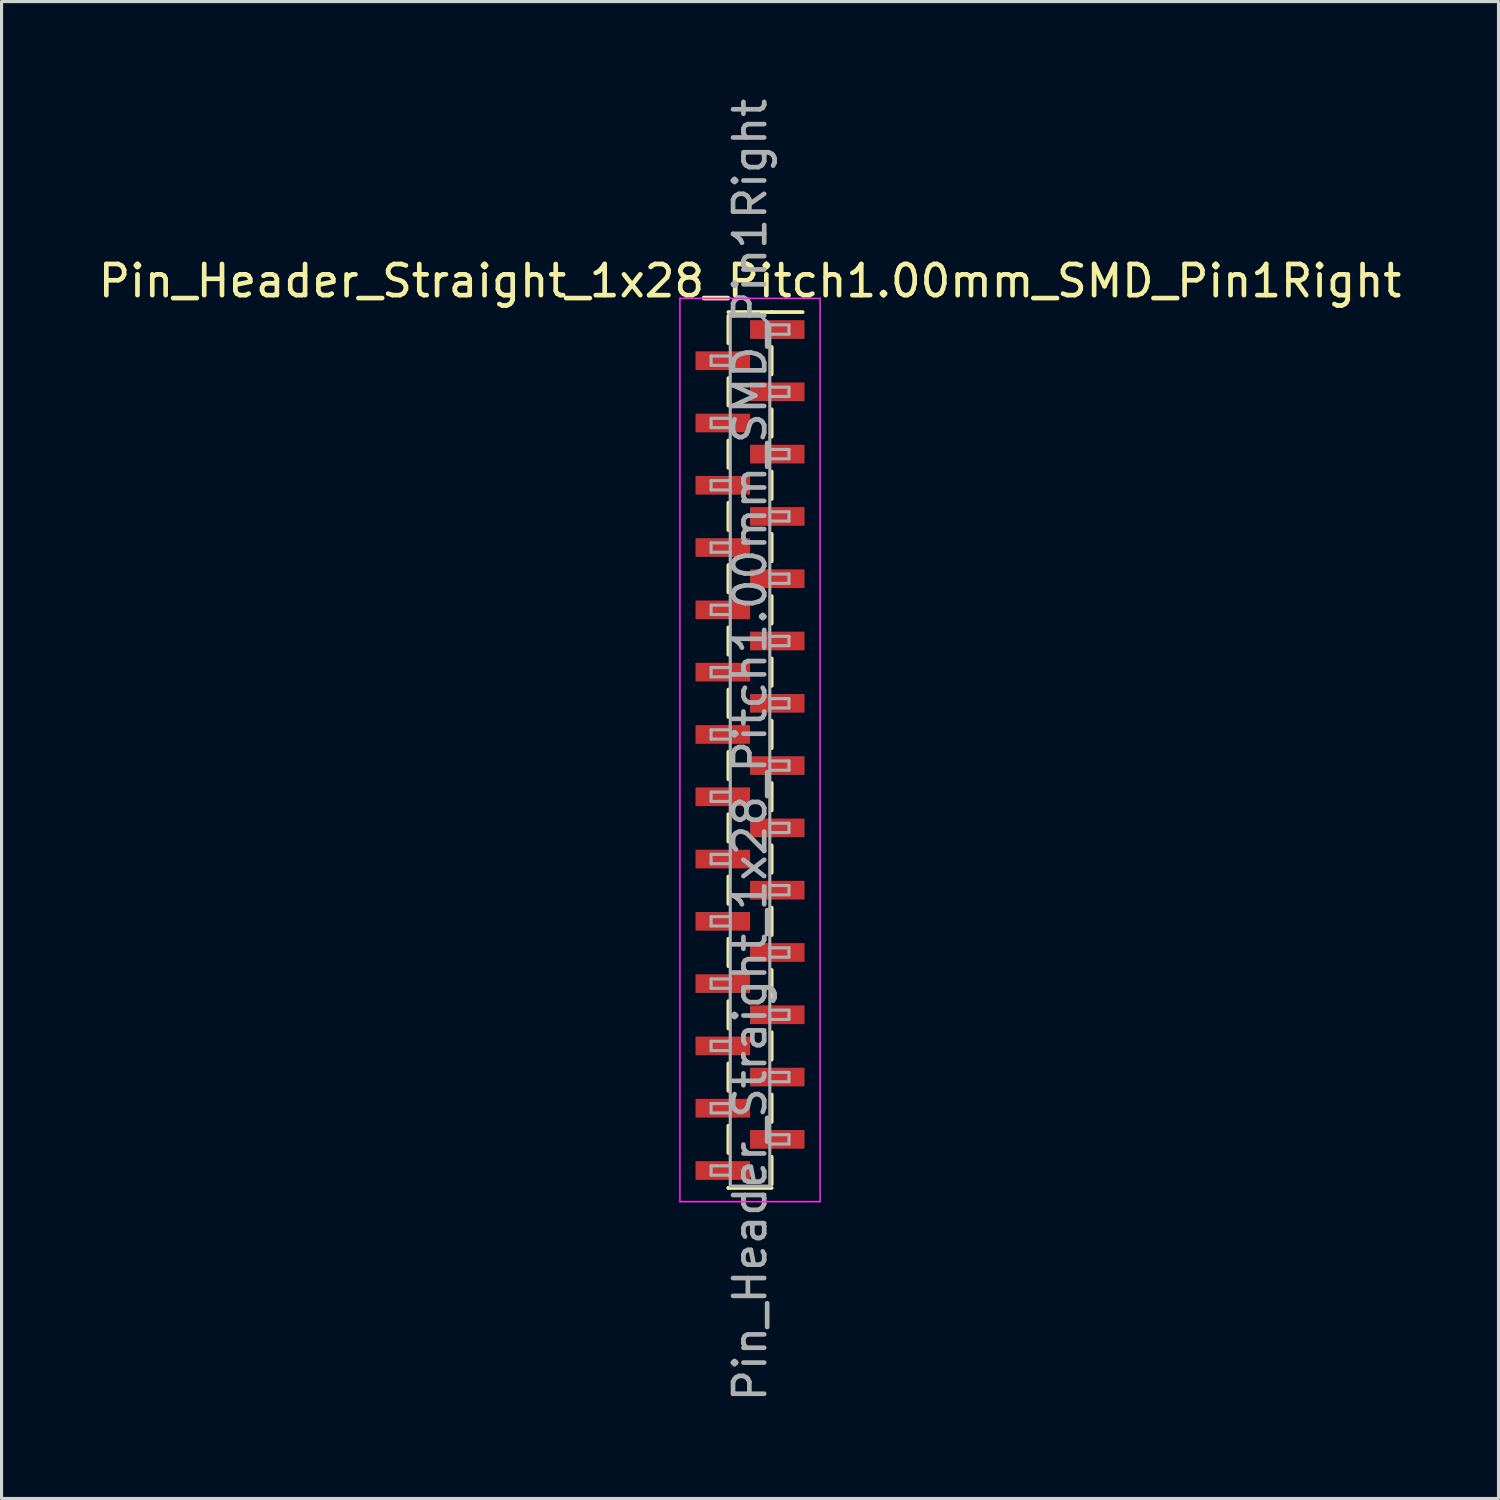
<source format=kicad_pcb>
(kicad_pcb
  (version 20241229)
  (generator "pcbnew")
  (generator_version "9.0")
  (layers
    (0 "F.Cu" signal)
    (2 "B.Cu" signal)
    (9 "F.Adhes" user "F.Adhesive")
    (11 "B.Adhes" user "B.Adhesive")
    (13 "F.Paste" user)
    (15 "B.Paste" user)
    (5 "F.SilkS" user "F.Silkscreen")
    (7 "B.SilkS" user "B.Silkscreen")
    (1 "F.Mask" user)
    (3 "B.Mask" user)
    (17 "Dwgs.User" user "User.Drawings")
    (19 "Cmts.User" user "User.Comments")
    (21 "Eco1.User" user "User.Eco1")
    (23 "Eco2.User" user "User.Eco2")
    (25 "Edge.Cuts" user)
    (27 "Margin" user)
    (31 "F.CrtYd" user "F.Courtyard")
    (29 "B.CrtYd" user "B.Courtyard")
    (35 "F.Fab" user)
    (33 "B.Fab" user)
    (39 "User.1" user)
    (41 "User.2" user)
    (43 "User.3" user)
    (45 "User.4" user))
  (footprint "Pin_Header_Straight_1x28_Pitch1.00mm_SMD_Pin1Right"
    (layer "F.Cu")
    (at 21.03 21.03)
    (property "Reference" "Pin_Header_Straight_1x28_Pitch1.00mm_SMD_Pin1Right" (at 0 -15.06 0) (layer "F.SilkS") (effects (font (size 1 1) (thickness 0.15))))
    (attr smd)
    (fp_line (start -0.695 -14.06) (end 0.695 -14.06) (stroke (width 0.12) (type solid)) (layer "F.SilkS"))
    (fp_line (start -0.695 -13.94) (end -0.695 -13.06) (stroke (width 0.12) (type solid)) (layer "F.SilkS"))
    (fp_line (start -0.695 -11.94) (end -0.695 -11.06) (stroke (width 0.12) (type solid)) (layer "F.SilkS"))
    (fp_line (start -0.695 -9.94) (end -0.695 -9.06) (stroke (width 0.12) (type solid)) (layer "F.SilkS"))
    (fp_line (start -0.695 -7.94) (end -0.695 -7.06) (stroke (width 0.12) (type solid)) (layer "F.SilkS"))
    (fp_line (start -0.695 -5.94) (end -0.695 -5.06) (stroke (width 0.12) (type solid)) (layer "F.SilkS"))
    (fp_line (start -0.695 -3.94) (end -0.695 -3.06) (stroke (width 0.12) (type solid)) (layer "F.SilkS"))
    (fp_line (start -0.695 -1.94) (end -0.695 -1.06) (stroke (width 0.12) (type solid)) (layer "F.SilkS"))
    (fp_line (start -0.695 0.06) (end -0.695 0.94) (stroke (width 0.12) (type solid)) (layer "F.SilkS"))
    (fp_line (start -0.695 2.06) (end -0.695 2.94) (stroke (width 0.12) (type solid)) (layer "F.SilkS"))
    (fp_line (start -0.695 4.06) (end -0.695 4.94) (stroke (width 0.12) (type solid)) (layer "F.SilkS"))
    (fp_line (start -0.695 6.06) (end -0.695 6.94) (stroke (width 0.12) (type solid)) (layer "F.SilkS"))
    (fp_line (start -0.695 8.06) (end -0.695 8.94) (stroke (width 0.12) (type solid)) (layer "F.SilkS"))
    (fp_line (start -0.695 10.06) (end -0.695 10.94) (stroke (width 0.12) (type solid)) (layer "F.SilkS"))
    (fp_line (start -0.695 12.06) (end -0.695 12.94) (stroke (width 0.12) (type solid)) (layer "F.SilkS"))
    (fp_line (start -0.695 14.06) (end -0.695 14.06) (stroke (width 0.12) (type solid)) (layer "F.SilkS"))
    (fp_line (start -0.695 14.06) (end 0.695 14.06) (stroke (width 0.12) (type solid)) (layer "F.SilkS"))
    (fp_line (start 0.695 -14.06) (end 0.695 -14.06) (stroke (width 0.12) (type solid)) (layer "F.SilkS"))
    (fp_line (start 0.695 -14.06) (end 1.69 -14.06) (stroke (width 0.12) (type solid)) (layer "F.SilkS"))
    (fp_line (start 0.695 -12.94) (end 0.695 -12.06) (stroke (width 0.12) (type solid)) (layer "F.SilkS"))
    (fp_line (start 0.695 -10.94) (end 0.695 -10.06) (stroke (width 0.12) (type solid)) (layer "F.SilkS"))
    (fp_line (start 0.695 -8.94) (end 0.695 -8.06) (stroke (width 0.12) (type solid)) (layer "F.SilkS"))
    (fp_line (start 0.695 -6.94) (end 0.695 -6.06) (stroke (width 0.12) (type solid)) (layer "F.SilkS"))
    (fp_line (start 0.695 -4.94) (end 0.695 -4.06) (stroke (width 0.12) (type solid)) (layer "F.SilkS"))
    (fp_line (start 0.695 -2.94) (end 0.695 -2.06) (stroke (width 0.12) (type solid)) (layer "F.SilkS"))
    (fp_line (start 0.695 -0.94) (end 0.695 -0.06) (stroke (width 0.12) (type solid)) (layer "F.SilkS"))
    (fp_line (start 0.695 1.06) (end 0.695 1.94) (stroke (width 0.12) (type solid)) (layer "F.SilkS"))
    (fp_line (start 0.695 3.06) (end 0.695 3.94) (stroke (width 0.12) (type solid)) (layer "F.SilkS"))
    (fp_line (start 0.695 5.06) (end 0.695 5.94) (stroke (width 0.12) (type solid)) (layer "F.SilkS"))
    (fp_line (start 0.695 7.06) (end 0.695 7.94) (stroke (width 0.12) (type solid)) (layer "F.SilkS"))
    (fp_line (start 0.695 9.06) (end 0.695 9.94) (stroke (width 0.12) (type solid)) (layer "F.SilkS"))
    (fp_line (start 0.695 11.06) (end 0.695 11.94) (stroke (width 0.12) (type solid)) (layer "F.SilkS"))
    (fp_line (start 0.695 13.06) (end 0.695 13.94) (stroke (width 0.12) (type solid)) (layer "F.SilkS"))
    (fp_line (start -2.25 -14.5) (end -2.25 14.5) (stroke (width 0.05) (type solid)) (layer "F.CrtYd"))
    (fp_line (start -2.25 14.5) (end 2.25 14.5) (stroke (width 0.05) (type solid)) (layer "F.CrtYd"))
    (fp_line (start 2.25 -14.5) (end -2.25 -14.5) (stroke (width 0.05) (type solid)) (layer "F.CrtYd"))
    (fp_line (start 2.25 14.5) (end 2.25 -14.5) (stroke (width 0.05) (type solid)) (layer "F.CrtYd"))
    (fp_line (start -1.25 -12.65) (end -1.25 -12.35) (stroke (width 0.1) (type solid)) (layer "F.Fab"))
    (fp_line (start -1.25 -12.35) (end -0.635 -12.35) (stroke (width 0.1) (type solid)) (layer "F.Fab"))
    (fp_line (start -1.25 -10.65) (end -1.25 -10.35) (stroke (width 0.1) (type solid)) (layer "F.Fab"))
    (fp_line (start -1.25 -10.35) (end -0.635 -10.35) (stroke (width 0.1) (type solid)) (layer "F.Fab"))
    (fp_line (start -1.25 -8.65) (end -1.25 -8.35) (stroke (width 0.1) (type solid)) (layer "F.Fab"))
    (fp_line (start -1.25 -8.35) (end -0.635 -8.35) (stroke (width 0.1) (type solid)) (layer "F.Fab"))
    (fp_line (start -1.25 -6.65) (end -1.25 -6.35) (stroke (width 0.1) (type solid)) (layer "F.Fab"))
    (fp_line (start -1.25 -6.35) (end -0.635 -6.35) (stroke (width 0.1) (type solid)) (layer "F.Fab"))
    (fp_line (start -1.25 -4.65) (end -1.25 -4.35) (stroke (width 0.1) (type solid)) (layer "F.Fab"))
    (fp_line (start -1.25 -4.35) (end -0.635 -4.35) (stroke (width 0.1) (type solid)) (layer "F.Fab"))
    (fp_line (start -1.25 -2.65) (end -1.25 -2.35) (stroke (width 0.1) (type solid)) (layer "F.Fab"))
    (fp_line (start -1.25 -2.35) (end -0.635 -2.35) (stroke (width 0.1) (type solid)) (layer "F.Fab"))
    (fp_line (start -1.25 -0.65) (end -1.25 -0.35) (stroke (width 0.1) (type solid)) (layer "F.Fab"))
    (fp_line (start -1.25 -0.35) (end -0.635 -0.35) (stroke (width 0.1) (type solid)) (layer "F.Fab"))
    (fp_line (start -1.25 1.35) (end -1.25 1.65) (stroke (width 0.1) (type solid)) (layer "F.Fab"))
    (fp_line (start -1.25 1.65) (end -0.635 1.65) (stroke (width 0.1) (type solid)) (layer "F.Fab"))
    (fp_line (start -1.25 3.35) (end -1.25 3.65) (stroke (width 0.1) (type solid)) (layer "F.Fab"))
    (fp_line (start -1.25 3.65) (end -0.635 3.65) (stroke (width 0.1) (type solid)) (layer "F.Fab"))
    (fp_line (start -1.25 5.35) (end -1.25 5.65) (stroke (width 0.1) (type solid)) (layer "F.Fab"))
    (fp_line (start -1.25 5.65) (end -0.635 5.65) (stroke (width 0.1) (type solid)) (layer "F.Fab"))
    (fp_line (start -1.25 7.35) (end -1.25 7.65) (stroke (width 0.1) (type solid)) (layer "F.Fab"))
    (fp_line (start -1.25 7.65) (end -0.635 7.65) (stroke (width 0.1) (type solid)) (layer "F.Fab"))
    (fp_line (start -1.25 9.35) (end -1.25 9.65) (stroke (width 0.1) (type solid)) (layer "F.Fab"))
    (fp_line (start -1.25 9.65) (end -0.635 9.65) (stroke (width 0.1) (type solid)) (layer "F.Fab"))
    (fp_line (start -1.25 11.35) (end -1.25 11.65) (stroke (width 0.1) (type solid)) (layer "F.Fab"))
    (fp_line (start -1.25 11.65) (end -0.635 11.65) (stroke (width 0.1) (type solid)) (layer "F.Fab"))
    (fp_line (start -1.25 13.35) (end -1.25 13.65) (stroke (width 0.1) (type solid)) (layer "F.Fab"))
    (fp_line (start -1.25 13.65) (end -0.635 13.65) (stroke (width 0.1) (type solid)) (layer "F.Fab"))
    (fp_line (start -0.635 -14) (end -0.635 14) (stroke (width 0.1) (type solid)) (layer "F.Fab"))
    (fp_line (start -0.635 -14) (end 0.285 -14) (stroke (width 0.1) (type solid)) (layer "F.Fab"))
    (fp_line (start -0.635 -12.65) (end -1.25 -12.65) (stroke (width 0.1) (type solid)) (layer "F.Fab"))
    (fp_line (start -0.635 -10.65) (end -1.25 -10.65) (stroke (width 0.1) (type solid)) (layer "F.Fab"))
    (fp_line (start -0.635 -8.65) (end -1.25 -8.65) (stroke (width 0.1) (type solid)) (layer "F.Fab"))
    (fp_line (start -0.635 -6.65) (end -1.25 -6.65) (stroke (width 0.1) (type solid)) (layer "F.Fab"))
    (fp_line (start -0.635 -4.65) (end -1.25 -4.65) (stroke (width 0.1) (type solid)) (layer "F.Fab"))
    (fp_line (start -0.635 -2.65) (end -1.25 -2.65) (stroke (width 0.1) (type solid)) (layer "F.Fab"))
    (fp_line (start -0.635 -0.65) (end -1.25 -0.65) (stroke (width 0.1) (type solid)) (layer "F.Fab"))
    (fp_line (start -0.635 1.35) (end -1.25 1.35) (stroke (width 0.1) (type solid)) (layer "F.Fab"))
    (fp_line (start -0.635 3.35) (end -1.25 3.35) (stroke (width 0.1) (type solid)) (layer "F.Fab"))
    (fp_line (start -0.635 5.35) (end -1.25 5.35) (stroke (width 0.1) (type solid)) (layer "F.Fab"))
    (fp_line (start -0.635 7.35) (end -1.25 7.35) (stroke (width 0.1) (type solid)) (layer "F.Fab"))
    (fp_line (start -0.635 9.35) (end -1.25 9.35) (stroke (width 0.1) (type solid)) (layer "F.Fab"))
    (fp_line (start -0.635 11.35) (end -1.25 11.35) (stroke (width 0.1) (type solid)) (layer "F.Fab"))
    (fp_line (start -0.635 13.35) (end -1.25 13.35) (stroke (width 0.1) (type solid)) (layer "F.Fab"))
    (fp_line (start 0.635 -13.65) (end 0.285 -14) (stroke (width 0.1) (type solid)) (layer "F.Fab"))
    (fp_line (start 0.635 -13.65) (end 1.25 -13.65) (stroke (width 0.1) (type solid)) (layer "F.Fab"))
    (fp_line (start 0.635 -11.65) (end 1.25 -11.65) (stroke (width 0.1) (type solid)) (layer "F.Fab"))
    (fp_line (start 0.635 -9.65) (end 1.25 -9.65) (stroke (width 0.1) (type solid)) (layer "F.Fab"))
    (fp_line (start 0.635 -7.65) (end 1.25 -7.65) (stroke (width 0.1) (type solid)) (layer "F.Fab"))
    (fp_line (start 0.635 -5.65) (end 1.25 -5.65) (stroke (width 0.1) (type solid)) (layer "F.Fab"))
    (fp_line (start 0.635 -3.65) (end 1.25 -3.65) (stroke (width 0.1) (type solid)) (layer "F.Fab"))
    (fp_line (start 0.635 -1.65) (end 1.25 -1.65) (stroke (width 0.1) (type solid)) (layer "F.Fab"))
    (fp_line (start 0.635 0.35) (end 1.25 0.35) (stroke (width 0.1) (type solid)) (layer "F.Fab"))
    (fp_line (start 0.635 2.35) (end 1.25 2.35) (stroke (width 0.1) (type solid)) (layer "F.Fab"))
    (fp_line (start 0.635 4.35) (end 1.25 4.35) (stroke (width 0.1) (type solid)) (layer "F.Fab"))
    (fp_line (start 0.635 6.35) (end 1.25 6.35) (stroke (width 0.1) (type solid)) (layer "F.Fab"))
    (fp_line (start 0.635 8.35) (end 1.25 8.35) (stroke (width 0.1) (type solid)) (layer "F.Fab"))
    (fp_line (start 0.635 10.35) (end 1.25 10.35) (stroke (width 0.1) (type solid)) (layer "F.Fab"))
    (fp_line (start 0.635 12.35) (end 1.25 12.35) (stroke (width 0.1) (type solid)) (layer "F.Fab"))
    (fp_line (start 0.635 14) (end -0.635 14) (stroke (width 0.1) (type solid)) (layer "F.Fab"))
    (fp_line (start 0.635 14) (end 0.635 -13.65) (stroke (width 0.1) (type solid)) (layer "F.Fab"))
    (fp_line (start 1.25 -13.65) (end 1.25 -13.35) (stroke (width 0.1) (type solid)) (layer "F.Fab"))
    (fp_line (start 1.25 -13.35) (end 0.635 -13.35) (stroke (width 0.1) (type solid)) (layer "F.Fab"))
    (fp_line (start 1.25 -11.65) (end 1.25 -11.35) (stroke (width 0.1) (type solid)) (layer "F.Fab"))
    (fp_line (start 1.25 -11.35) (end 0.635 -11.35) (stroke (width 0.1) (type solid)) (layer "F.Fab"))
    (fp_line (start 1.25 -9.65) (end 1.25 -9.35) (stroke (width 0.1) (type solid)) (layer "F.Fab"))
    (fp_line (start 1.25 -9.35) (end 0.635 -9.35) (stroke (width 0.1) (type solid)) (layer "F.Fab"))
    (fp_line (start 1.25 -7.65) (end 1.25 -7.35) (stroke (width 0.1) (type solid)) (layer "F.Fab"))
    (fp_line (start 1.25 -7.35) (end 0.635 -7.35) (stroke (width 0.1) (type solid)) (layer "F.Fab"))
    (fp_line (start 1.25 -5.65) (end 1.25 -5.35) (stroke (width 0.1) (type solid)) (layer "F.Fab"))
    (fp_line (start 1.25 -5.35) (end 0.635 -5.35) (stroke (width 0.1) (type solid)) (layer "F.Fab"))
    (fp_line (start 1.25 -3.65) (end 1.25 -3.35) (stroke (width 0.1) (type solid)) (layer "F.Fab"))
    (fp_line (start 1.25 -3.35) (end 0.635 -3.35) (stroke (width 0.1) (type solid)) (layer "F.Fab"))
    (fp_line (start 1.25 -1.65) (end 1.25 -1.35) (stroke (width 0.1) (type solid)) (layer "F.Fab"))
    (fp_line (start 1.25 -1.35) (end 0.635 -1.35) (stroke (width 0.1) (type solid)) (layer "F.Fab"))
    (fp_line (start 1.25 0.35) (end 1.25 0.65) (stroke (width 0.1) (type solid)) (layer "F.Fab"))
    (fp_line (start 1.25 0.65) (end 0.635 0.65) (stroke (width 0.1) (type solid)) (layer "F.Fab"))
    (fp_line (start 1.25 2.35) (end 1.25 2.65) (stroke (width 0.1) (type solid)) (layer "F.Fab"))
    (fp_line (start 1.25 2.65) (end 0.635 2.65) (stroke (width 0.1) (type solid)) (layer "F.Fab"))
    (fp_line (start 1.25 4.35) (end 1.25 4.65) (stroke (width 0.1) (type solid)) (layer "F.Fab"))
    (fp_line (start 1.25 4.65) (end 0.635 4.65) (stroke (width 0.1) (type solid)) (layer "F.Fab"))
    (fp_line (start 1.25 6.35) (end 1.25 6.65) (stroke (width 0.1) (type solid)) (layer "F.Fab"))
    (fp_line (start 1.25 6.65) (end 0.635 6.65) (stroke (width 0.1) (type solid)) (layer "F.Fab"))
    (fp_line (start 1.25 8.35) (end 1.25 8.65) (stroke (width 0.1) (type solid)) (layer "F.Fab"))
    (fp_line (start 1.25 8.65) (end 0.635 8.65) (stroke (width 0.1) (type solid)) (layer "F.Fab"))
    (fp_line (start 1.25 10.35) (end 1.25 10.65) (stroke (width 0.1) (type solid)) (layer "F.Fab"))
    (fp_line (start 1.25 10.65) (end 0.635 10.65) (stroke (width 0.1) (type solid)) (layer "F.Fab"))
    (fp_line (start 1.25 12.35) (end 1.25 12.65) (stroke (width 0.1) (type solid)) (layer "F.Fab"))
    (fp_line (start 1.25 12.65) (end 0.635 12.65) (stroke (width 0.1) (type solid)) (layer "F.Fab"))
    (fp_text user "${REFERENCE}" (at 0 0 90) (layer "F.Fab") (effects (font (size 1 1) (thickness 0.15))))
    (pad "1" smd rect (at 0.875 -13.5) (size 1.75 0.6) (layers "F.Cu" "F.Mask" "F.Paste"))
    (pad "2" smd rect (at -0.875 -12.5) (size 1.75 0.6) (layers "F.Cu" "F.Mask" "F.Paste"))
    (pad "3" smd rect (at 0.875 -11.5) (size 1.75 0.6) (layers "F.Cu" "F.Mask" "F.Paste"))
    (pad "4" smd rect (at -0.875 -10.5) (size 1.75 0.6) (layers "F.Cu" "F.Mask" "F.Paste"))
    (pad "5" smd rect (at 0.875 -9.5) (size 1.75 0.6) (layers "F.Cu" "F.Mask" "F.Paste"))
    (pad "6" smd rect (at -0.875 -8.5) (size 1.75 0.6) (layers "F.Cu" "F.Mask" "F.Paste"))
    (pad "7" smd rect (at 0.875 -7.5) (size 1.75 0.6) (layers "F.Cu" "F.Mask" "F.Paste"))
    (pad "8" smd rect (at -0.875 -6.5) (size 1.75 0.6) (layers "F.Cu" "F.Mask" "F.Paste"))
    (pad "9" smd rect (at 0.875 -5.5) (size 1.75 0.6) (layers "F.Cu" "F.Mask" "F.Paste"))
    (pad "10" smd rect (at -0.875 -4.5) (size 1.75 0.6) (layers "F.Cu" "F.Mask" "F.Paste"))
    (pad "11" smd rect (at 0.875 -3.5) (size 1.75 0.6) (layers "F.Cu" "F.Mask" "F.Paste"))
    (pad "12" smd rect (at -0.875 -2.5) (size 1.75 0.6) (layers "F.Cu" "F.Mask" "F.Paste"))
    (pad "13" smd rect (at 0.875 -1.5) (size 1.75 0.6) (layers "F.Cu" "F.Mask" "F.Paste"))
    (pad "14" smd rect (at -0.875 -0.5) (size 1.75 0.6) (layers "F.Cu" "F.Mask" "F.Paste"))
    (pad "15" smd rect (at 0.875 0.5) (size 1.75 0.6) (layers "F.Cu" "F.Mask" "F.Paste"))
    (pad "16" smd rect (at -0.875 1.5) (size 1.75 0.6) (layers "F.Cu" "F.Mask" "F.Paste"))
    (pad "17" smd rect (at 0.875 2.5) (size 1.75 0.6) (layers "F.Cu" "F.Mask" "F.Paste"))
    (pad "18" smd rect (at -0.875 3.5) (size 1.75 0.6) (layers "F.Cu" "F.Mask" "F.Paste"))
    (pad "19" smd rect (at 0.875 4.5) (size 1.75 0.6) (layers "F.Cu" "F.Mask" "F.Paste"))
    (pad "20" smd rect (at -0.875 5.5) (size 1.75 0.6) (layers "F.Cu" "F.Mask" "F.Paste"))
    (pad "21" smd rect (at 0.875 6.5) (size 1.75 0.6) (layers "F.Cu" "F.Mask" "F.Paste"))
    (pad "22" smd rect (at -0.875 7.5) (size 1.75 0.6) (layers "F.Cu" "F.Mask" "F.Paste"))
    (pad "23" smd rect (at 0.875 8.5) (size 1.75 0.6) (layers "F.Cu" "F.Mask" "F.Paste"))
    (pad "24" smd rect (at -0.875 9.5) (size 1.75 0.6) (layers "F.Cu" "F.Mask" "F.Paste"))
    (pad "25" smd rect (at 0.875 10.5) (size 1.75 0.6) (layers "F.Cu" "F.Mask" "F.Paste"))
    (pad "26" smd rect (at -0.875 11.5) (size 1.75 0.6) (layers "F.Cu" "F.Mask" "F.Paste"))
    (pad "27" smd rect (at 0.875 12.5) (size 1.75 0.6) (layers "F.Cu" "F.Mask" "F.Paste"))
    (pad "28" smd rect (at -0.875 13.5) (size 1.75 0.6) (layers "F.Cu" "F.Mask" "F.Paste")))
  (gr_rect
    (start -3 -3)
    (end 45.06 45.06)
    (stroke (width 0.1) (type default))
    (fill no)
    (layer "Edge.Cuts")))
</source>
